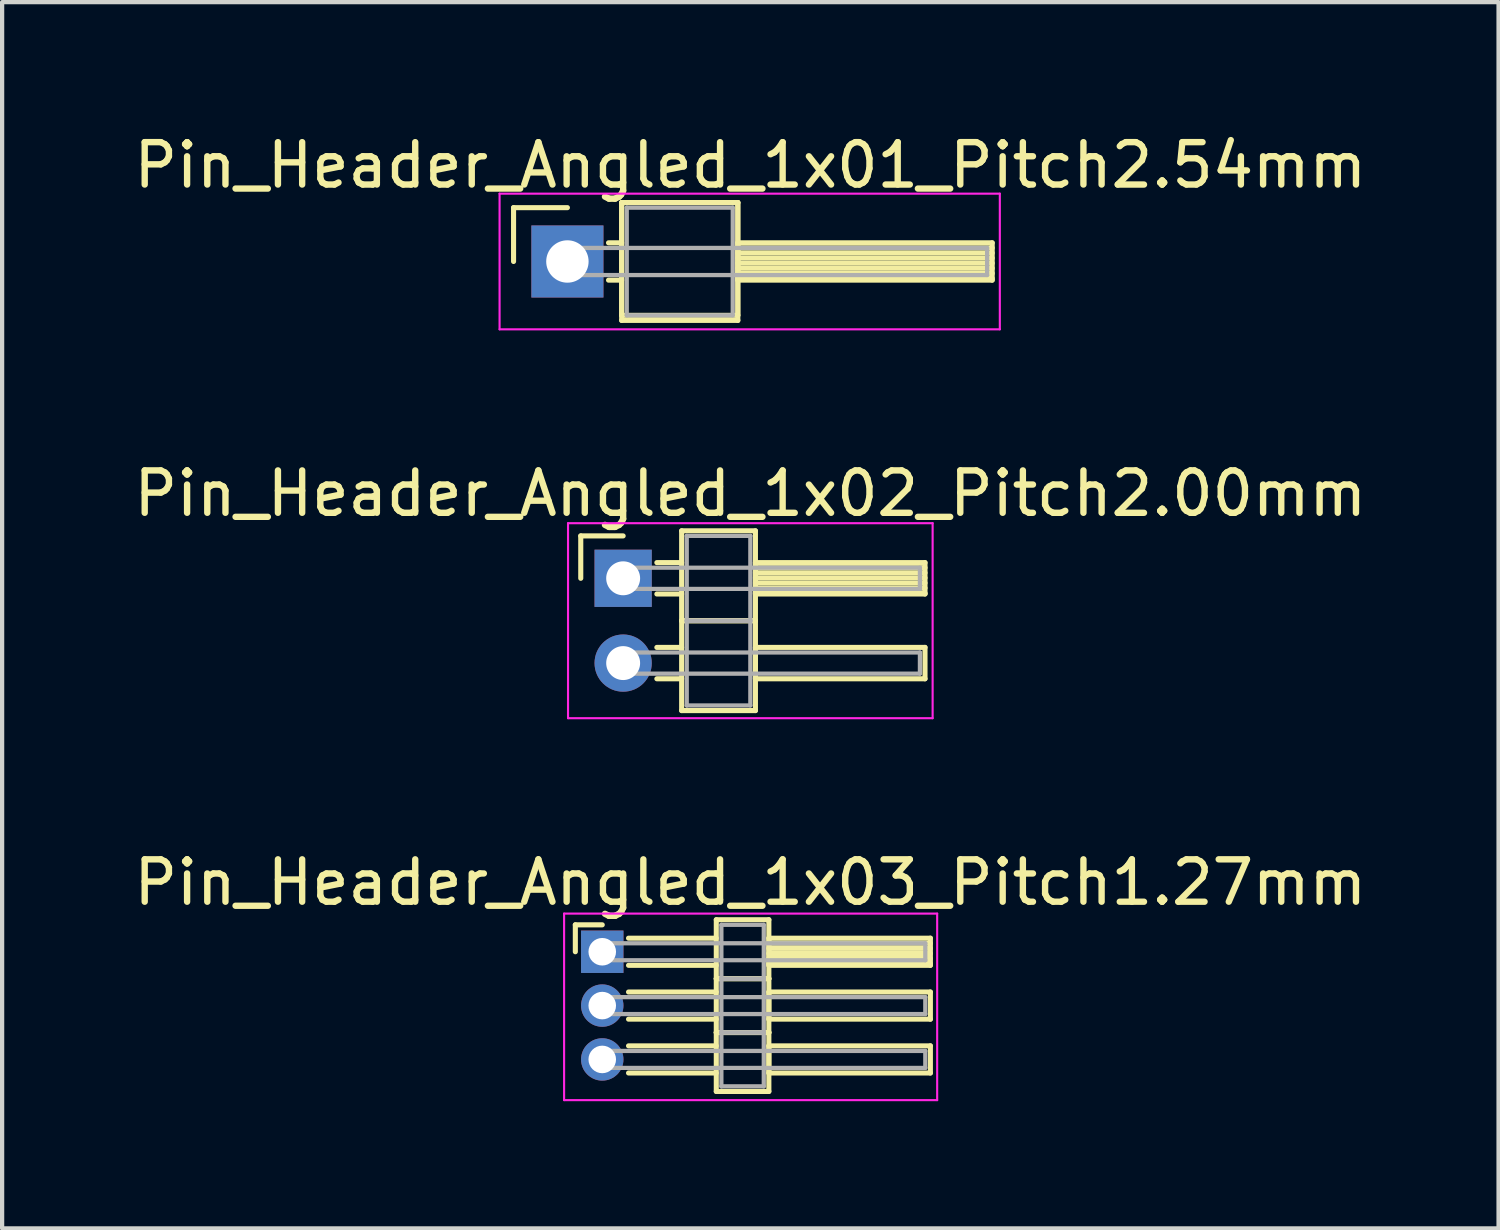
<source format=kicad_pcb>
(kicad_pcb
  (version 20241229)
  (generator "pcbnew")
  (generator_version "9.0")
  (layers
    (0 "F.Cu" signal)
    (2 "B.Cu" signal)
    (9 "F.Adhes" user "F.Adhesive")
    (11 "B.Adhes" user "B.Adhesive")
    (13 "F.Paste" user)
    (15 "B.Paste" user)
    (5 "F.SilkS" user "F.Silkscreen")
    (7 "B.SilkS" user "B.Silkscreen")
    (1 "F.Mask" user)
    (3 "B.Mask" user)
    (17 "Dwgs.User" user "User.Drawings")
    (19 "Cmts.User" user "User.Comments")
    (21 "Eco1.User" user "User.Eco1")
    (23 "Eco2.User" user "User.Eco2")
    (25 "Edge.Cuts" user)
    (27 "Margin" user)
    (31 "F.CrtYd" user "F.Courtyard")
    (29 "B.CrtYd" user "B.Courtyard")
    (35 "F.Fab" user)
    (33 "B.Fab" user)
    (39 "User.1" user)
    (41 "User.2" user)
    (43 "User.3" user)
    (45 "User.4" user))
  (footprint "Pin_Header_Angled_1x01_Pitch2.54mm"
    (layer "F.Cu")
    (at 10.334 3.118)
    (property "Reference" "Pin_Header_Angled_1x01_Pitch2.54mm" (at 4.315 -2.27 0) (layer "F.SilkS") (effects (font (size 1 1) (thickness 0.15))))
    (attr through_hole)
    (fp_line (start -1.27 -1.27) (end 0 -1.27) (stroke (width 0.12) (type solid)) (layer "F.SilkS"))
    (fp_line (start -1.27 0) (end -1.27 -1.27) (stroke (width 0.12) (type solid)) (layer "F.SilkS"))
    (fp_line (start 0.97 -0.44) (end 1.28 -0.44) (stroke (width 0.12) (type solid)) (layer "F.SilkS"))
    (fp_line (start 0.97 0.44) (end 1.28 0.44) (stroke (width 0.12) (type solid)) (layer "F.SilkS"))
    (fp_line (start 1.28 -1.39) (end 1.28 1.27) (stroke (width 0.12) (type solid)) (layer "F.SilkS"))
    (fp_line (start 1.28 -1.39) (end 1.28 1.39) (stroke (width 0.12) (type solid)) (layer "F.SilkS"))
    (fp_line (start 1.28 1.27) (end 4.02 1.27) (stroke (width 0.12) (type solid)) (layer "F.SilkS"))
    (fp_line (start 1.28 1.39) (end 4.02 1.39) (stroke (width 0.12) (type solid)) (layer "F.SilkS"))
    (fp_line (start 4.02 -1.39) (end 1.28 -1.39) (stroke (width 0.12) (type solid)) (layer "F.SilkS"))
    (fp_line (start 4.02 -1.39) (end 1.28 -1.39) (stroke (width 0.12) (type solid)) (layer "F.SilkS"))
    (fp_line (start 4.02 -0.44) (end 4.02 0.44) (stroke (width 0.12) (type solid)) (layer "F.SilkS"))
    (fp_line (start 4.02 -0.32) (end 10.02 -0.32) (stroke (width 0.12) (type solid)) (layer "F.SilkS"))
    (fp_line (start 4.02 -0.2) (end 10.02 -0.2) (stroke (width 0.12) (type solid)) (layer "F.SilkS"))
    (fp_line (start 4.02 -0.08) (end 10.02 -0.08) (stroke (width 0.12) (type solid)) (layer "F.SilkS"))
    (fp_line (start 4.02 0.04) (end 10.02 0.04) (stroke (width 0.12) (type solid)) (layer "F.SilkS"))
    (fp_line (start 4.02 0.16) (end 10.02 0.16) (stroke (width 0.12) (type solid)) (layer "F.SilkS"))
    (fp_line (start 4.02 0.28) (end 10.02 0.28) (stroke (width 0.12) (type solid)) (layer "F.SilkS"))
    (fp_line (start 4.02 0.4) (end 10.02 0.4) (stroke (width 0.12) (type solid)) (layer "F.SilkS"))
    (fp_line (start 4.02 0.44) (end 10.02 0.44) (stroke (width 0.12) (type solid)) (layer "F.SilkS"))
    (fp_line (start 4.02 1.27) (end 4.02 -1.39) (stroke (width 0.12) (type solid)) (layer "F.SilkS"))
    (fp_line (start 4.02 1.39) (end 4.02 -1.39) (stroke (width 0.12) (type solid)) (layer "F.SilkS"))
    (fp_line (start 10.02 -0.44) (end 4.02 -0.44) (stroke (width 0.12) (type solid)) (layer "F.SilkS"))
    (fp_line (start 10.02 0.44) (end 10.02 -0.44) (stroke (width 0.12) (type solid)) (layer "F.SilkS"))
    (fp_line (start -1.6 -1.6) (end -1.6 1.6) (stroke (width 0.05) (type solid)) (layer "F.CrtYd"))
    (fp_line (start -1.6 1.6) (end 10.2 1.6) (stroke (width 0.05) (type solid)) (layer "F.CrtYd"))
    (fp_line (start 10.2 -1.6) (end -1.6 -1.6) (stroke (width 0.05) (type solid)) (layer "F.CrtYd"))
    (fp_line (start 10.2 1.6) (end 10.2 -1.6) (stroke (width 0.05) (type solid)) (layer "F.CrtYd"))
    (fp_line (start 0 -0.32) (end 0 0.32) (stroke (width 0.1) (type solid)) (layer "F.Fab"))
    (fp_line (start 0 0.32) (end 9.9 0.32) (stroke (width 0.1) (type solid)) (layer "F.Fab"))
    (fp_line (start 1.4 -1.27) (end 1.4 1.27) (stroke (width 0.1) (type solid)) (layer "F.Fab"))
    (fp_line (start 1.4 1.27) (end 3.9 1.27) (stroke (width 0.1) (type solid)) (layer "F.Fab"))
    (fp_line (start 3.9 -1.27) (end 1.4 -1.27) (stroke (width 0.1) (type solid)) (layer "F.Fab"))
    (fp_line (start 3.9 1.27) (end 3.9 -1.27) (stroke (width 0.1) (type solid)) (layer "F.Fab"))
    (fp_line (start 9.9 -0.32) (end 0 -0.32) (stroke (width 0.1) (type solid)) (layer "F.Fab"))
    (fp_line (start 9.9 0.32) (end 9.9 -0.32) (stroke (width 0.1) (type solid)) (layer "F.Fab"))
    (pad "1" thru_hole rect (at 0 0) (size 1.7 1.7) (drill 1) (layers "*.Cu" "*.Mask")))
  (footprint "Pin_Header_Angled_1x03_Pitch1.27mm"
    (layer "F.Cu")
    (at 11.156 19.4)
    (property "Reference" "Pin_Header_Angled_1x03_Pitch1.27mm" (at 3.493 -1.635 0) (layer "F.SilkS") (effects (font (size 1 1) (thickness 0.15))))
    (attr through_hole)
    (fp_line (start -0.635 -0.635) (end 0 -0.635) (stroke (width 0.12) (type solid)) (layer "F.SilkS"))
    (fp_line (start -0.635 0) (end -0.635 -0.635) (stroke (width 0.12) (type solid)) (layer "F.SilkS"))
    (fp_line (start 0.62 -0.32) (end 2.69 -0.32) (stroke (width 0.12) (type solid)) (layer "F.SilkS"))
    (fp_line (start 0.62 0.32) (end 2.69 0.32) (stroke (width 0.12) (type solid)) (layer "F.SilkS"))
    (fp_line (start 0.62 0.95) (end 2.69 0.95) (stroke (width 0.12) (type solid)) (layer "F.SilkS"))
    (fp_line (start 0.62 1.59) (end 2.69 1.59) (stroke (width 0.12) (type solid)) (layer "F.SilkS"))
    (fp_line (start 0.62 2.22) (end 2.69 2.22) (stroke (width 0.12) (type solid)) (layer "F.SilkS"))
    (fp_line (start 0.62 2.86) (end 2.69 2.86) (stroke (width 0.12) (type solid)) (layer "F.SilkS"))
    (fp_line (start 2.69 -0.755) (end 2.69 0.635) (stroke (width 0.12) (type solid)) (layer "F.SilkS"))
    (fp_line (start 2.69 0.635) (end 2.69 1.905) (stroke (width 0.12) (type solid)) (layer "F.SilkS"))
    (fp_line (start 2.69 0.635) (end 3.93 0.635) (stroke (width 0.12) (type solid)) (layer "F.SilkS"))
    (fp_line (start 2.69 1.905) (end 2.69 3.295) (stroke (width 0.12) (type solid)) (layer "F.SilkS"))
    (fp_line (start 2.69 1.905) (end 3.93 1.905) (stroke (width 0.12) (type solid)) (layer "F.SilkS"))
    (fp_line (start 2.69 3.295) (end 3.93 3.295) (stroke (width 0.12) (type solid)) (layer "F.SilkS"))
    (fp_line (start 3.93 -0.755) (end 2.69 -0.755) (stroke (width 0.12) (type solid)) (layer "F.SilkS"))
    (fp_line (start 3.93 -0.32) (end 3.93 0.32) (stroke (width 0.12) (type solid)) (layer "F.SilkS"))
    (fp_line (start 3.93 -0.2) (end 7.74 -0.2) (stroke (width 0.12) (type solid)) (layer "F.SilkS"))
    (fp_line (start 3.93 -0.08) (end 7.74 -0.08) (stroke (width 0.12) (type solid)) (layer "F.SilkS"))
    (fp_line (start 3.93 0.04) (end 7.74 0.04) (stroke (width 0.12) (type solid)) (layer "F.SilkS"))
    (fp_line (start 3.93 0.16) (end 7.74 0.16) (stroke (width 0.12) (type solid)) (layer "F.SilkS"))
    (fp_line (start 3.93 0.28) (end 7.74 0.28) (stroke (width 0.12) (type solid)) (layer "F.SilkS"))
    (fp_line (start 3.93 0.32) (end 7.74 0.32) (stroke (width 0.12) (type solid)) (layer "F.SilkS"))
    (fp_line (start 3.93 0.635) (end 2.69 0.635) (stroke (width 0.12) (type solid)) (layer "F.SilkS"))
    (fp_line (start 3.93 0.635) (end 3.93 -0.755) (stroke (width 0.12) (type solid)) (layer "F.SilkS"))
    (fp_line (start 3.93 0.95) (end 3.93 1.59) (stroke (width 0.12) (type solid)) (layer "F.SilkS"))
    (fp_line (start 3.93 1.59) (end 7.74 1.59) (stroke (width 0.12) (type solid)) (layer "F.SilkS"))
    (fp_line (start 3.93 1.905) (end 2.69 1.905) (stroke (width 0.12) (type solid)) (layer "F.SilkS"))
    (fp_line (start 3.93 1.905) (end 3.93 0.635) (stroke (width 0.12) (type solid)) (layer "F.SilkS"))
    (fp_line (start 3.93 2.22) (end 3.93 2.86) (stroke (width 0.12) (type solid)) (layer "F.SilkS"))
    (fp_line (start 3.93 2.86) (end 7.74 2.86) (stroke (width 0.12) (type solid)) (layer "F.SilkS"))
    (fp_line (start 3.93 3.295) (end 3.93 1.905) (stroke (width 0.12) (type solid)) (layer "F.SilkS"))
    (fp_line (start 7.74 -0.32) (end 3.93 -0.32) (stroke (width 0.12) (type solid)) (layer "F.SilkS"))
    (fp_line (start 7.74 0.32) (end 7.74 -0.32) (stroke (width 0.12) (type solid)) (layer "F.SilkS"))
    (fp_line (start 7.74 0.95) (end 3.93 0.95) (stroke (width 0.12) (type solid)) (layer "F.SilkS"))
    (fp_line (start 7.74 1.59) (end 7.74 0.95) (stroke (width 0.12) (type solid)) (layer "F.SilkS"))
    (fp_line (start 7.74 2.22) (end 3.93 2.22) (stroke (width 0.12) (type solid)) (layer "F.SilkS"))
    (fp_line (start 7.74 2.86) (end 7.74 2.22) (stroke (width 0.12) (type solid)) (layer "F.SilkS"))
    (fp_line (start -0.9 -0.9) (end -0.9 3.5) (stroke (width 0.05) (type solid)) (layer "F.CrtYd"))
    (fp_line (start -0.9 3.5) (end 7.9 3.5) (stroke (width 0.05) (type solid)) (layer "F.CrtYd"))
    (fp_line (start 7.9 -0.9) (end -0.9 -0.9) (stroke (width 0.05) (type solid)) (layer "F.CrtYd"))
    (fp_line (start 7.9 3.5) (end 7.9 -0.9) (stroke (width 0.05) (type solid)) (layer "F.CrtYd"))
    (fp_line (start 0 -0.2) (end 0 0.2) (stroke (width 0.1) (type solid)) (layer "F.Fab"))
    (fp_line (start 0 0.2) (end 7.62 0.2) (stroke (width 0.1) (type solid)) (layer "F.Fab"))
    (fp_line (start 0 1.07) (end 0 1.47) (stroke (width 0.1) (type solid)) (layer "F.Fab"))
    (fp_line (start 0 1.47) (end 7.62 1.47) (stroke (width 0.1) (type solid)) (layer "F.Fab"))
    (fp_line (start 0 2.34) (end 0 2.74) (stroke (width 0.1) (type solid)) (layer "F.Fab"))
    (fp_line (start 0 2.74) (end 7.62 2.74) (stroke (width 0.1) (type solid)) (layer "F.Fab"))
    (fp_line (start 2.81 -0.635) (end 2.81 0.635) (stroke (width 0.1) (type solid)) (layer "F.Fab"))
    (fp_line (start 2.81 0.635) (end 2.81 1.905) (stroke (width 0.1) (type solid)) (layer "F.Fab"))
    (fp_line (start 2.81 0.635) (end 3.81 0.635) (stroke (width 0.1) (type solid)) (layer "F.Fab"))
    (fp_line (start 2.81 1.905) (end 2.81 3.175) (stroke (width 0.1) (type solid)) (layer "F.Fab"))
    (fp_line (start 2.81 1.905) (end 3.81 1.905) (stroke (width 0.1) (type solid)) (layer "F.Fab"))
    (fp_line (start 2.81 3.175) (end 3.81 3.175) (stroke (width 0.1) (type solid)) (layer "F.Fab"))
    (fp_line (start 3.81 -0.635) (end 2.81 -0.635) (stroke (width 0.1) (type solid)) (layer "F.Fab"))
    (fp_line (start 3.81 0.635) (end 2.81 0.635) (stroke (width 0.1) (type solid)) (layer "F.Fab"))
    (fp_line (start 3.81 0.635) (end 3.81 -0.635) (stroke (width 0.1) (type solid)) (layer "F.Fab"))
    (fp_line (start 3.81 1.905) (end 2.81 1.905) (stroke (width 0.1) (type solid)) (layer "F.Fab"))
    (fp_line (start 3.81 1.905) (end 3.81 0.635) (stroke (width 0.1) (type solid)) (layer "F.Fab"))
    (fp_line (start 3.81 3.175) (end 3.81 1.905) (stroke (width 0.1) (type solid)) (layer "F.Fab"))
    (fp_line (start 7.62 -0.2) (end 0 -0.2) (stroke (width 0.1) (type solid)) (layer "F.Fab"))
    (fp_line (start 7.62 0.2) (end 7.62 -0.2) (stroke (width 0.1) (type solid)) (layer "F.Fab"))
    (fp_line (start 7.62 1.07) (end 0 1.07) (stroke (width 0.1) (type solid)) (layer "F.Fab"))
    (fp_line (start 7.62 1.47) (end 7.62 1.07) (stroke (width 0.1) (type solid)) (layer "F.Fab"))
    (fp_line (start 7.62 2.34) (end 0 2.34) (stroke (width 0.1) (type solid)) (layer "F.Fab"))
    (fp_line (start 7.62 2.74) (end 7.62 2.34) (stroke (width 0.1) (type solid)) (layer "F.Fab"))
    (pad "1" thru_hole rect (at 0 0) (size 1 1) (drill 0.65) (layers "*.Cu" "*.Mask"))
    (pad "2" thru_hole oval (at 0 1.27) (size 1 1) (drill 0.65) (layers "*.Cu" "*.Mask"))
    (pad "3" thru_hole oval (at 0 2.54) (size 1 1) (drill 0.65) (layers "*.Cu" "*.Mask")))
  (footprint "Pin_Header_Angled_1x02_Pitch2.00mm"
    (layer "F.Cu")
    (at 11.649 10.591)
    (property "Reference" "Pin_Header_Angled_1x02_Pitch2.00mm" (at 3 -2 0) (layer "F.SilkS") (effects (font (size 1 1) (thickness 0.15))))
    (attr through_hole)
    (fp_line (start -1 -1) (end 0 -1) (stroke (width 0.12) (type solid)) (layer "F.SilkS"))
    (fp_line (start -1 0) (end -1 -1) (stroke (width 0.12) (type solid)) (layer "F.SilkS"))
    (fp_line (start 0.795 -0.37) (end 1.38 -0.37) (stroke (width 0.12) (type solid)) (layer "F.SilkS"))
    (fp_line (start 0.795 0.37) (end 1.38 0.37) (stroke (width 0.12) (type solid)) (layer "F.SilkS"))
    (fp_line (start 0.795 1.63) (end 1.38 1.63) (stroke (width 0.12) (type solid)) (layer "F.SilkS"))
    (fp_line (start 0.795 2.37) (end 1.38 2.37) (stroke (width 0.12) (type solid)) (layer "F.SilkS"))
    (fp_line (start 1.38 -1.12) (end 1.38 1) (stroke (width 0.12) (type solid)) (layer "F.SilkS"))
    (fp_line (start 1.38 1) (end 1.38 3.12) (stroke (width 0.12) (type solid)) (layer "F.SilkS"))
    (fp_line (start 1.38 1) (end 3.12 1) (stroke (width 0.12) (type solid)) (layer "F.SilkS"))
    (fp_line (start 1.38 3.12) (end 3.12 3.12) (stroke (width 0.12) (type solid)) (layer "F.SilkS"))
    (fp_line (start 3.12 -1.12) (end 1.38 -1.12) (stroke (width 0.12) (type solid)) (layer "F.SilkS"))
    (fp_line (start 3.12 -0.37) (end 3.12 0.37) (stroke (width 0.12) (type solid)) (layer "F.SilkS"))
    (fp_line (start 3.12 -0.25) (end 7.12 -0.25) (stroke (width 0.12) (type solid)) (layer "F.SilkS"))
    (fp_line (start 3.12 -0.13) (end 7.12 -0.13) (stroke (width 0.12) (type solid)) (layer "F.SilkS"))
    (fp_line (start 3.12 -0.01) (end 7.12 -0.01) (stroke (width 0.12) (type solid)) (layer "F.SilkS"))
    (fp_line (start 3.12 0.11) (end 7.12 0.11) (stroke (width 0.12) (type solid)) (layer "F.SilkS"))
    (fp_line (start 3.12 0.23) (end 7.12 0.23) (stroke (width 0.12) (type solid)) (layer "F.SilkS"))
    (fp_line (start 3.12 0.35) (end 7.12 0.35) (stroke (width 0.12) (type solid)) (layer "F.SilkS"))
    (fp_line (start 3.12 0.37) (end 7.12 0.37) (stroke (width 0.12) (type solid)) (layer "F.SilkS"))
    (fp_line (start 3.12 1) (end 1.38 1) (stroke (width 0.12) (type solid)) (layer "F.SilkS"))
    (fp_line (start 3.12 1) (end 3.12 -1.12) (stroke (width 0.12) (type solid)) (layer "F.SilkS"))
    (fp_line (start 3.12 1.63) (end 3.12 2.37) (stroke (width 0.12) (type solid)) (layer "F.SilkS"))
    (fp_line (start 3.12 2.37) (end 7.12 2.37) (stroke (width 0.12) (type solid)) (layer "F.SilkS"))
    (fp_line (start 3.12 3.12) (end 3.12 1) (stroke (width 0.12) (type solid)) (layer "F.SilkS"))
    (fp_line (start 7.12 -0.37) (end 3.12 -0.37) (stroke (width 0.12) (type solid)) (layer "F.SilkS"))
    (fp_line (start 7.12 0.37) (end 7.12 -0.37) (stroke (width 0.12) (type solid)) (layer "F.SilkS"))
    (fp_line (start 7.12 1.63) (end 3.12 1.63) (stroke (width 0.12) (type solid)) (layer "F.SilkS"))
    (fp_line (start 7.12 2.37) (end 7.12 1.63) (stroke (width 0.12) (type solid)) (layer "F.SilkS"))
    (fp_line (start -1.3 -1.3) (end -1.3 3.3) (stroke (width 0.05) (type solid)) (layer "F.CrtYd"))
    (fp_line (start -1.3 3.3) (end 7.3 3.3) (stroke (width 0.05) (type solid)) (layer "F.CrtYd"))
    (fp_line (start 7.3 -1.3) (end -1.3 -1.3) (stroke (width 0.05) (type solid)) (layer "F.CrtYd"))
    (fp_line (start 7.3 3.3) (end 7.3 -1.3) (stroke (width 0.05) (type solid)) (layer "F.CrtYd"))
    (fp_line (start 0 -0.25) (end 0 0.25) (stroke (width 0.1) (type solid)) (layer "F.Fab"))
    (fp_line (start 0 0.25) (end 7 0.25) (stroke (width 0.1) (type solid)) (layer "F.Fab"))
    (fp_line (start 0 1.75) (end 0 2.25) (stroke (width 0.1) (type solid)) (layer "F.Fab"))
    (fp_line (start 0 2.25) (end 7 2.25) (stroke (width 0.1) (type solid)) (layer "F.Fab"))
    (fp_line (start 1.5 -1) (end 1.5 1) (stroke (width 0.1) (type solid)) (layer "F.Fab"))
    (fp_line (start 1.5 1) (end 1.5 3) (stroke (width 0.1) (type solid)) (layer "F.Fab"))
    (fp_line (start 1.5 1) (end 3 1) (stroke (width 0.1) (type solid)) (layer "F.Fab"))
    (fp_line (start 1.5 3) (end 3 3) (stroke (width 0.1) (type solid)) (layer "F.Fab"))
    (fp_line (start 3 -1) (end 1.5 -1) (stroke (width 0.1) (type solid)) (layer "F.Fab"))
    (fp_line (start 3 1) (end 1.5 1) (stroke (width 0.1) (type solid)) (layer "F.Fab"))
    (fp_line (start 3 1) (end 3 -1) (stroke (width 0.1) (type solid)) (layer "F.Fab"))
    (fp_line (start 3 3) (end 3 1) (stroke (width 0.1) (type solid)) (layer "F.Fab"))
    (fp_line (start 7 -0.25) (end 0 -0.25) (stroke (width 0.1) (type solid)) (layer "F.Fab"))
    (fp_line (start 7 0.25) (end 7 -0.25) (stroke (width 0.1) (type solid)) (layer "F.Fab"))
    (fp_line (start 7 1.75) (end 0 1.75) (stroke (width 0.1) (type solid)) (layer "F.Fab"))
    (fp_line (start 7 2.25) (end 7 1.75) (stroke (width 0.1) (type solid)) (layer "F.Fab"))
    (pad "1" thru_hole rect (at 0 0) (size 1.35 1.35) (drill 0.8) (layers "*.Cu" "*.Mask"))
    (pad "2" thru_hole oval (at 0 2) (size 1.35 1.35) (drill 0.8) (layers "*.Cu" "*.Mask")))
  (gr_rect
    (start -3 -3)
    (end 32.298 25.925)
    (stroke (width 0.1) (type default))
    (fill no)
    (layer "Edge.Cuts")))
</source>
